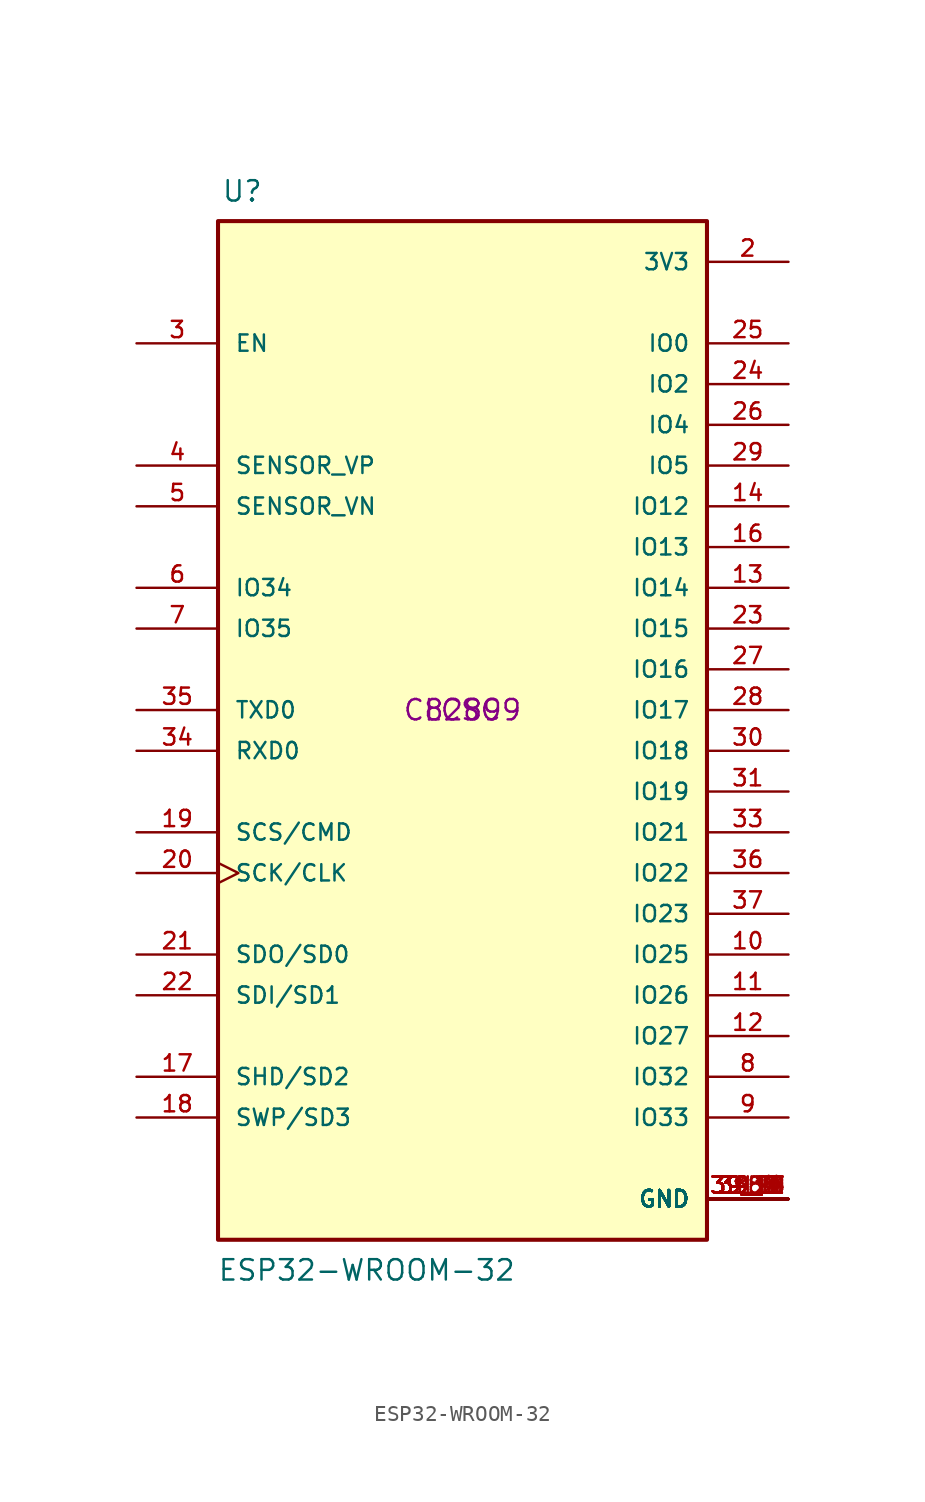
<source format=kicad_sym>
(kicad_symbol_lib
  (version 20211014)
  (generator kicad_symbol_editor)
  (symbol "ESP32-WROOM-32"
    (pin_names
      (offset 1.016))
    (property "Reference" "U"
      (at -15.037 31.598 0)
      (effects (font (size 1.27 1.27)) (justify left bottom)))
    (property "Value" "ESP32-WROOM-32"
      (at -15.291 -35.662 0)
      (effects (font (size 1.27 1.27)) (justify left bottom)))
    (property "Vendor" "LCSC"
      (at 0 0 0)
      (effects (font (size 1.27 1.27))))
    (property "Vendor#" "C82899"
      (at 0 0 0)
      (effects (font (size 1.27 1.27))))
    (symbol "ESP32-WROOM-32_0_0"
      (rectangle (start -15.24 -33.02) (end 15.24 30.48) (stroke (width 0.254) (type default) (color 0 0 0 0)) (fill (type background)))
      (pin power_in line (at 20.32 -30.48 180) (length 5.08) (name "GND" (effects (font (size 1.016 1.016)))) (number "1" (effects (font (size 1.016 1.016)))))
      (pin bidirectional line (at 20.32 -15.24 180) (length 5.08) (name "IO25" (effects (font (size 1.016 1.016)))) (number "10" (effects (font (size 1.016 1.016)))))
      (pin bidirectional line (at 20.32 -17.78 180) (length 5.08) (name "IO26" (effects (font (size 1.016 1.016)))) (number "11" (effects (font (size 1.016 1.016)))))
      (pin bidirectional line (at 20.32 -20.32 180) (length 5.08) (name "IO27" (effects (font (size 1.016 1.016)))) (number "12" (effects (font (size 1.016 1.016)))))
      (pin bidirectional line (at 20.32 7.62 180) (length 5.08) (name "IO14" (effects (font (size 1.016 1.016)))) (number "13" (effects (font (size 1.016 1.016)))))
      (pin bidirectional line (at 20.32 12.7 180) (length 5.08) (name "IO12" (effects (font (size 1.016 1.016)))) (number "14" (effects (font (size 1.016 1.016)))))
      (pin power_in line (at 20.32 -30.48 180) (length 5.08) (name "GND" (effects (font (size 1.016 1.016)))) (number "15" (effects (font (size 1.016 1.016)))))
      (pin bidirectional line (at 20.32 10.16 180) (length 5.08) (name "IO13" (effects (font (size 1.016 1.016)))) (number "16" (effects (font (size 1.016 1.016)))))
      (pin bidirectional line (at -20.32 -22.86 0) (length 5.08) (name "SHD/SD2" (effects (font (size 1.016 1.016)))) (number "17" (effects (font (size 1.016 1.016)))))
      (pin bidirectional line (at -20.32 -25.4 0) (length 5.08) (name "SWP/SD3" (effects (font (size 1.016 1.016)))) (number "18" (effects (font (size 1.016 1.016)))))
      (pin bidirectional line (at -20.32 -7.62 0) (length 5.08) (name "SCS/CMD" (effects (font (size 1.016 1.016)))) (number "19" (effects (font (size 1.016 1.016)))))
      (pin power_in line (at 20.32 27.94 180) (length 5.08) (name "3V3" (effects (font (size 1.016 1.016)))) (number "2" (effects (font (size 1.016 1.016)))))
      (pin bidirectional clock (at -20.32 -10.16 0) (length 5.08) (name "SCK/CLK" (effects (font (size 1.016 1.016)))) (number "20" (effects (font (size 1.016 1.016)))))
      (pin bidirectional line (at -20.32 -15.24 0) (length 5.08) (name "SDO/SD0" (effects (font (size 1.016 1.016)))) (number "21" (effects (font (size 1.016 1.016)))))
      (pin bidirectional line (at -20.32 -17.78 0) (length 5.08) (name "SDI/SD1" (effects (font (size 1.016 1.016)))) (number "22" (effects (font (size 1.016 1.016)))))
      (pin bidirectional line (at 20.32 5.08 180) (length 5.08) (name "IO15" (effects (font (size 1.016 1.016)))) (number "23" (effects (font (size 1.016 1.016)))))
      (pin bidirectional line (at 20.32 20.32 180) (length 5.08) (name "IO2" (effects (font (size 1.016 1.016)))) (number "24" (effects (font (size 1.016 1.016)))))
      (pin bidirectional line (at 20.32 22.86 180) (length 5.08) (name "IO0" (effects (font (size 1.016 1.016)))) (number "25" (effects (font (size 1.016 1.016)))))
      (pin bidirectional line (at 20.32 17.78 180) (length 5.08) (name "IO4" (effects (font (size 1.016 1.016)))) (number "26" (effects (font (size 1.016 1.016)))))
      (pin bidirectional line (at 20.32 2.54 180) (length 5.08) (name "IO16" (effects (font (size 1.016 1.016)))) (number "27" (effects (font (size 1.016 1.016)))))
      (pin bidirectional line (at 20.32 0 180) (length 5.08) (name "IO17" (effects (font (size 1.016 1.016)))) (number "28" (effects (font (size 1.016 1.016)))))
      (pin bidirectional line (at 20.32 15.24 180) (length 5.08) (name "IO5" (effects (font (size 1.016 1.016)))) (number "29" (effects (font (size 1.016 1.016)))))
      (pin input line (at -20.32 22.86 0) (length 5.08) (name "EN" (effects (font (size 1.016 1.016)))) (number "3" (effects (font (size 1.016 1.016)))))
      (pin bidirectional line (at 20.32 -2.54 180) (length 5.08) (name "IO18" (effects (font (size 1.016 1.016)))) (number "30" (effects (font (size 1.016 1.016)))))
      (pin bidirectional line (at 20.32 -5.08 180) (length 5.08) (name "IO19" (effects (font (size 1.016 1.016)))) (number "31" (effects (font (size 1.016 1.016)))))
      (pin bidirectional line (at 20.32 -7.62 180) (length 5.08) (name "IO21" (effects (font (size 1.016 1.016)))) (number "33" (effects (font (size 1.016 1.016)))))
      (pin bidirectional line (at -20.32 -2.54 0) (length 5.08) (name "RXD0" (effects (font (size 1.016 1.016)))) (number "34" (effects (font (size 1.016 1.016)))))
      (pin bidirectional line (at -20.32 0 0) (length 5.08) (name "TXD0" (effects (font (size 1.016 1.016)))) (number "35" (effects (font (size 1.016 1.016)))))
      (pin bidirectional line (at 20.32 -10.16 180) (length 5.08) (name "IO22" (effects (font (size 1.016 1.016)))) (number "36" (effects (font (size 1.016 1.016)))))
      (pin bidirectional line (at 20.32 -12.7 180) (length 5.08) (name "IO23" (effects (font (size 1.016 1.016)))) (number "37" (effects (font (size 1.016 1.016)))))
      (pin power_in line (at 20.32 -30.48 180) (length 5.08) (name "GND" (effects (font (size 1.016 1.016)))) (number "38" (effects (font (size 1.016 1.016)))))
      (pin power_in line (at 20.32 -30.48 180) (length 5.08) (name "GND" (effects (font (size 1.016 1.016)))) (number "39_1" (effects (font (size 1.016 1.016)))))
      (pin power_in line (at 20.32 -30.48 180) (length 5.08) (name "GND" (effects (font (size 1.016 1.016)))) (number "39_10" (effects (font (size 1.016 1.016)))))
      (pin power_in line (at 20.32 -30.48 180) (length 5.08) (name "GND" (effects (font (size 1.016 1.016)))) (number "39_11" (effects (font (size 1.016 1.016)))))
      (pin power_in line (at 20.32 -30.48 180) (length 5.08) (name "GND" (effects (font (size 1.016 1.016)))) (number "39_12" (effects (font (size 1.016 1.016)))))
      (pin power_in line (at 20.32 -30.48 180) (length 5.08) (name "GND" (effects (font (size 1.016 1.016)))) (number "39_13" (effects (font (size 1.016 1.016)))))
      (pin power_in line (at 20.32 -30.48 180) (length 5.08) (name "GND" (effects (font (size 1.016 1.016)))) (number "39_14" (effects (font (size 1.016 1.016)))))
      (pin power_in line (at 20.32 -30.48 180) (length 5.08) (name "GND" (effects (font (size 1.016 1.016)))) (number "39_15" (effects (font (size 1.016 1.016)))))
      (pin power_in line (at 20.32 -30.48 180) (length 5.08) (name "GND" (effects (font (size 1.016 1.016)))) (number "39_16" (effects (font (size 1.016 1.016)))))
      (pin power_in line (at 20.32 -30.48 180) (length 5.08) (name "GND" (effects (font (size 1.016 1.016)))) (number "39_17" (effects (font (size 1.016 1.016)))))
      (pin power_in line (at 20.32 -30.48 180) (length 5.08) (name "GND" (effects (font (size 1.016 1.016)))) (number "39_18" (effects (font (size 1.016 1.016)))))
      (pin power_in line (at 20.32 -30.48 180) (length 5.08) (name "GND" (effects (font (size 1.016 1.016)))) (number "39_19" (effects (font (size 1.016 1.016)))))
      (pin power_in line (at 20.32 -30.48 180) (length 5.08) (name "GND" (effects (font (size 1.016 1.016)))) (number "39_2" (effects (font (size 1.016 1.016)))))
      (pin power_in line (at 20.32 -30.48 180) (length 5.08) (name "GND" (effects (font (size 1.016 1.016)))) (number "39_20" (effects (font (size 1.016 1.016)))))
      (pin power_in line (at 20.32 -30.48 180) (length 5.08) (name "GND" (effects (font (size 1.016 1.016)))) (number "39_21" (effects (font (size 1.016 1.016)))))
      (pin power_in line (at 20.32 -30.48 180) (length 5.08) (name "GND" (effects (font (size 1.016 1.016)))) (number "39_3" (effects (font (size 1.016 1.016)))))
      (pin power_in line (at 20.32 -30.48 180) (length 5.08) (name "GND" (effects (font (size 1.016 1.016)))) (number "39_4" (effects (font (size 1.016 1.016)))))
      (pin power_in line (at 20.32 -30.48 180) (length 5.08) (name "GND" (effects (font (size 1.016 1.016)))) (number "39_5" (effects (font (size 1.016 1.016)))))
      (pin power_in line (at 20.32 -30.48 180) (length 5.08) (name "GND" (effects (font (size 1.016 1.016)))) (number "39_6" (effects (font (size 1.016 1.016)))))
      (pin power_in line (at 20.32 -30.48 180) (length 5.08) (name "GND" (effects (font (size 1.016 1.016)))) (number "39_7" (effects (font (size 1.016 1.016)))))
      (pin power_in line (at 20.32 -30.48 180) (length 5.08) (name "GND" (effects (font (size 1.016 1.016)))) (number "39_8" (effects (font (size 1.016 1.016)))))
      (pin power_in line (at 20.32 -30.48 180) (length 5.08) (name "GND" (effects (font (size 1.016 1.016)))) (number "39_9" (effects (font (size 1.016 1.016)))))
      (pin input line (at -20.32 15.24 0) (length 5.08) (name "SENSOR_VP" (effects (font (size 1.016 1.016)))) (number "4" (effects (font (size 1.016 1.016)))))
      (pin input line (at -20.32 12.7 0) (length 5.08) (name "SENSOR_VN" (effects (font (size 1.016 1.016)))) (number "5" (effects (font (size 1.016 1.016)))))
      (pin input line (at -20.32 7.62 0) (length 5.08) (name "IO34" (effects (font (size 1.016 1.016)))) (number "6" (effects (font (size 1.016 1.016)))))
      (pin input line (at -20.32 5.08 0) (length 5.08) (name "IO35" (effects (font (size 1.016 1.016)))) (number "7" (effects (font (size 1.016 1.016)))))
      (pin bidirectional line (at 20.32 -22.86 180) (length 5.08) (name "IO32" (effects (font (size 1.016 1.016)))) (number "8" (effects (font (size 1.016 1.016)))))
      (pin bidirectional line (at 20.32 -25.4 180) (length 5.08) (name "IO33" (effects (font (size 1.016 1.016)))) (number "9" (effects (font (size 1.016 1.016))))))))
</source>
